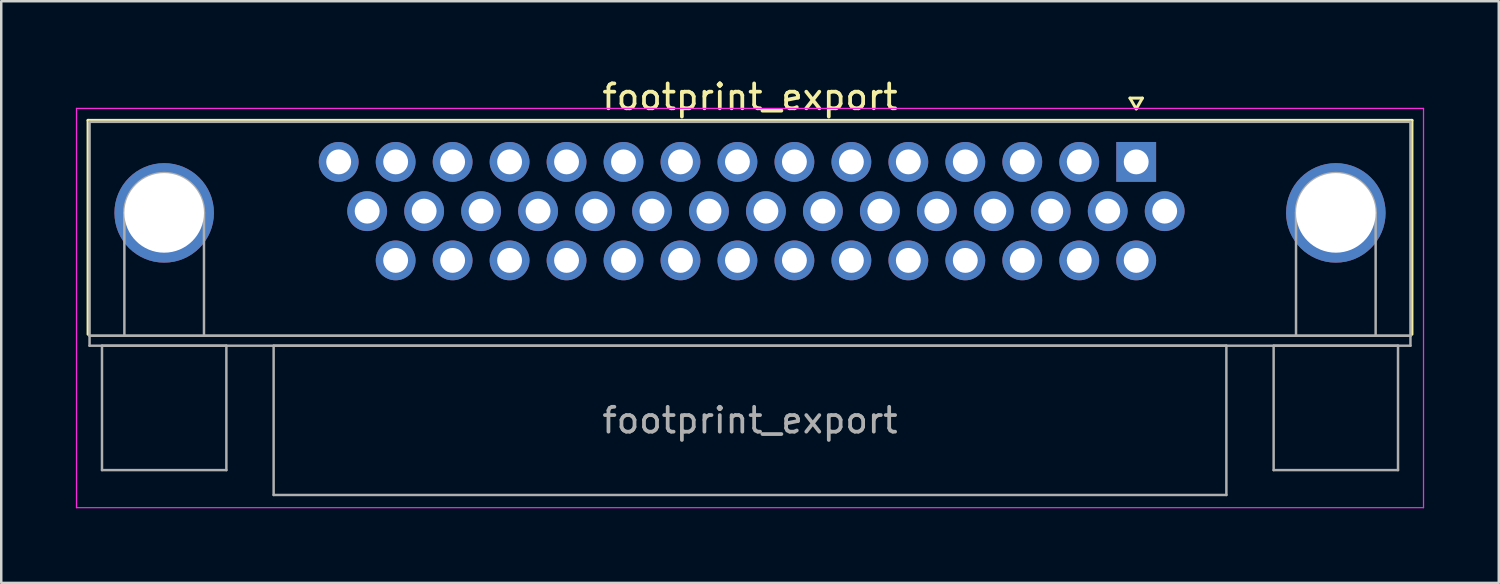
<source format=kicad_pcb>
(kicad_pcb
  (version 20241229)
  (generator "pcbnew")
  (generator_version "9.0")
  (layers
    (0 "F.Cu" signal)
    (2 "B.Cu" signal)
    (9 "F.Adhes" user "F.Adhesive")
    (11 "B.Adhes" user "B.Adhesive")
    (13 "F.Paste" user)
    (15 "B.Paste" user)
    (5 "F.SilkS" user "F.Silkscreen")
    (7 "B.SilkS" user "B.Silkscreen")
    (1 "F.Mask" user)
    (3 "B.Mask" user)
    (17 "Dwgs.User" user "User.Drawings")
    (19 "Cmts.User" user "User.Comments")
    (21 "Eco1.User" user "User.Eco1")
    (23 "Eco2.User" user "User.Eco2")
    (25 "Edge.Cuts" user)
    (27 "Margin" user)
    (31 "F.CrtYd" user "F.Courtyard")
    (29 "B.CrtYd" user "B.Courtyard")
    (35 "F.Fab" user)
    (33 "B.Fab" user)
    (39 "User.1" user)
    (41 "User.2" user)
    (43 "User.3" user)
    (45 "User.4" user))
  (footprint "footprint_export"
    (layer "F.Cu")
    (at 42.625 3.458)
    (property "Reference" "footprint_export" (at -15.525 -2.61 0) (layer "F.SilkS") (effects (font (size 1 1) (thickness 0.15))))
    (attr through_hole)
    (fp_line (start -42.135 -1.67) (end 11.085 -1.67) (stroke (width 0.12) (type solid)) (layer "F.SilkS"))
    (fp_line (start -42.135 6.93) (end -42.135 -1.67) (stroke (width 0.12) (type solid)) (layer "F.SilkS"))
    (fp_line (start -0.25 -2.564) (end 0.25 -2.564) (stroke (width 0.12) (type solid)) (layer "F.SilkS"))
    (fp_line (start 0 -2.131) (end -0.25 -2.564) (stroke (width 0.12) (type solid)) (layer "F.SilkS"))
    (fp_line (start 0.25 -2.564) (end 0 -2.131) (stroke (width 0.12) (type solid)) (layer "F.SilkS"))
    (fp_line (start 11.085 -1.67) (end 11.085 6.93) (stroke (width 0.12) (type solid)) (layer "F.SilkS"))
    (fp_line (start -42.6 -2.15) (end -42.6 13.9) (stroke (width 0.05) (type solid)) (layer "F.CrtYd"))
    (fp_line (start -42.6 13.9) (end 11.55 13.9) (stroke (width 0.05) (type solid)) (layer "F.CrtYd"))
    (fp_line (start 11.55 -2.15) (end -42.6 -2.15) (stroke (width 0.05) (type solid)) (layer "F.CrtYd"))
    (fp_line (start 11.55 13.9) (end 11.55 -2.15) (stroke (width 0.05) (type solid)) (layer "F.CrtYd"))
    (fp_line (start -42.075 -1.61) (end -42.075 6.99) (stroke (width 0.1) (type solid)) (layer "F.Fab"))
    (fp_line (start -42.075 6.99) (end -42.075 7.39) (stroke (width 0.1) (type solid)) (layer "F.Fab"))
    (fp_line (start -42.075 6.99) (end 11.025 6.99) (stroke (width 0.1) (type solid)) (layer "F.Fab"))
    (fp_line (start -42.075 7.39) (end 11.025 7.39) (stroke (width 0.1) (type solid)) (layer "F.Fab"))
    (fp_line (start -41.575 7.39) (end -41.575 12.39) (stroke (width 0.1) (type solid)) (layer "F.Fab"))
    (fp_line (start -41.575 12.39) (end -36.575 12.39) (stroke (width 0.1) (type solid)) (layer "F.Fab"))
    (fp_line (start -40.675 6.99) (end -40.675 2.05) (stroke (width 0.1) (type solid)) (layer "F.Fab"))
    (fp_line (start -37.475 6.99) (end -37.475 2.05) (stroke (width 0.1) (type solid)) (layer "F.Fab"))
    (fp_line (start -36.575 7.39) (end -41.575 7.39) (stroke (width 0.1) (type solid)) (layer "F.Fab"))
    (fp_line (start -36.575 12.39) (end -36.575 7.39) (stroke (width 0.1) (type solid)) (layer "F.Fab"))
    (fp_line (start -34.675 7.39) (end -34.675 13.39) (stroke (width 0.1) (type solid)) (layer "F.Fab"))
    (fp_line (start -34.675 13.39) (end 3.625 13.39) (stroke (width 0.1) (type solid)) (layer "F.Fab"))
    (fp_line (start 3.625 7.39) (end -34.675 7.39) (stroke (width 0.1) (type solid)) (layer "F.Fab"))
    (fp_line (start 3.625 13.39) (end 3.625 7.39) (stroke (width 0.1) (type solid)) (layer "F.Fab"))
    (fp_line (start 5.525 7.39) (end 5.525 12.39) (stroke (width 0.1) (type solid)) (layer "F.Fab"))
    (fp_line (start 5.525 12.39) (end 10.525 12.39) (stroke (width 0.1) (type solid)) (layer "F.Fab"))
    (fp_line (start 6.425 6.99) (end 6.425 2.05) (stroke (width 0.1) (type solid)) (layer "F.Fab"))
    (fp_line (start 9.625 6.99) (end 9.625 2.05) (stroke (width 0.1) (type solid)) (layer "F.Fab"))
    (fp_line (start 10.525 7.39) (end 5.525 7.39) (stroke (width 0.1) (type solid)) (layer "F.Fab"))
    (fp_line (start 10.525 12.39) (end 10.525 7.39) (stroke (width 0.1) (type solid)) (layer "F.Fab"))
    (fp_line (start 11.025 -1.61) (end -42.075 -1.61) (stroke (width 0.1) (type solid)) (layer "F.Fab"))
    (fp_line (start 11.025 6.99) (end -42.075 6.99) (stroke (width 0.1) (type solid)) (layer "F.Fab"))
    (fp_line (start 11.025 6.99) (end 11.025 -1.61) (stroke (width 0.1) (type solid)) (layer "F.Fab"))
    (fp_line (start 11.025 7.39) (end 11.025 6.99) (stroke (width 0.1) (type solid)) (layer "F.Fab"))
    (fp_arc (start -40.675 2.05) (mid -39.075 0.45) (end -37.475 2.05) (stroke (width 0.1) (type solid)) (layer "F.Fab"))
    (fp_arc (start 6.425 2.05) (mid 8.025 0.45) (end 9.625 2.05) (stroke (width 0.1) (type solid)) (layer "F.Fab"))
    (fp_text user "${REFERENCE}" (at -15.525 10.39 0) (layer "F.Fab") (effects (font (size 1 1) (thickness 0.15))))
    (pad "0" thru_hole circle (at -39.075 2.05) (size 4 4) (drill 3.2) (layers "*.Cu" "*.Mask"))
    (pad "0" thru_hole circle (at 8.025 2.05) (size 4 4) (drill 3.2) (layers "*.Cu" "*.Mask"))
    (pad "1" thru_hole rect (at 0 0) (size 1.6 1.6) (drill 1) (layers "*.Cu" "*.Mask"))
    (pad "2" thru_hole circle (at -2.29 0) (size 1.6 1.6) (drill 1) (layers "*.Cu" "*.Mask"))
    (pad "3" thru_hole circle (at -4.58 0) (size 1.6 1.6) (drill 1) (layers "*.Cu" "*.Mask"))
    (pad "4" thru_hole circle (at -6.87 0) (size 1.6 1.6) (drill 1) (layers "*.Cu" "*.Mask"))
    (pad "5" thru_hole circle (at -9.16 0) (size 1.6 1.6) (drill 1) (layers "*.Cu" "*.Mask"))
    (pad "6" thru_hole circle (at -11.45 0) (size 1.6 1.6) (drill 1) (layers "*.Cu" "*.Mask"))
    (pad "7" thru_hole circle (at -13.74 0) (size 1.6 1.6) (drill 1) (layers "*.Cu" "*.Mask"))
    (pad "8" thru_hole circle (at -16.03 0) (size 1.6 1.6) (drill 1) (layers "*.Cu" "*.Mask"))
    (pad "9" thru_hole circle (at -18.32 0) (size 1.6 1.6) (drill 1) (layers "*.Cu" "*.Mask"))
    (pad "10" thru_hole circle (at -20.61 0) (size 1.6 1.6) (drill 1) (layers "*.Cu" "*.Mask"))
    (pad "11" thru_hole circle (at -22.9 0) (size 1.6 1.6) (drill 1) (layers "*.Cu" "*.Mask"))
    (pad "12" thru_hole circle (at -25.19 0) (size 1.6 1.6) (drill 1) (layers "*.Cu" "*.Mask"))
    (pad "13" thru_hole circle (at -27.48 0) (size 1.6 1.6) (drill 1) (layers "*.Cu" "*.Mask"))
    (pad "14" thru_hole circle (at -29.77 0) (size 1.6 1.6) (drill 1) (layers "*.Cu" "*.Mask"))
    (pad "15" thru_hole circle (at -32.06 0) (size 1.6 1.6) (drill 1) (layers "*.Cu" "*.Mask"))
    (pad "16" thru_hole circle (at 1.145 1.98) (size 1.6 1.6) (drill 1) (layers "*.Cu" "*.Mask"))
    (pad "17" thru_hole circle (at -1.145 1.98) (size 1.6 1.6) (drill 1) (layers "*.Cu" "*.Mask"))
    (pad "18" thru_hole circle (at -3.435 1.98) (size 1.6 1.6) (drill 1) (layers "*.Cu" "*.Mask"))
    (pad "19" thru_hole circle (at -5.725 1.98) (size 1.6 1.6) (drill 1) (layers "*.Cu" "*.Mask"))
    (pad "20" thru_hole circle (at -8.015 1.98) (size 1.6 1.6) (drill 1) (layers "*.Cu" "*.Mask"))
    (pad "21" thru_hole circle (at -10.305 1.98) (size 1.6 1.6) (drill 1) (layers "*.Cu" "*.Mask"))
    (pad "22" thru_hole circle (at -12.595 1.98) (size 1.6 1.6) (drill 1) (layers "*.Cu" "*.Mask"))
    (pad "23" thru_hole circle (at -14.885 1.98) (size 1.6 1.6) (drill 1) (layers "*.Cu" "*.Mask"))
    (pad "24" thru_hole circle (at -17.175 1.98) (size 1.6 1.6) (drill 1) (layers "*.Cu" "*.Mask"))
    (pad "25" thru_hole circle (at -19.465 1.98) (size 1.6 1.6) (drill 1) (layers "*.Cu" "*.Mask"))
    (pad "26" thru_hole circle (at -21.755 1.98) (size 1.6 1.6) (drill 1) (layers "*.Cu" "*.Mask"))
    (pad "27" thru_hole circle (at -24.045 1.98) (size 1.6 1.6) (drill 1) (layers "*.Cu" "*.Mask"))
    (pad "28" thru_hole circle (at -26.335 1.98) (size 1.6 1.6) (drill 1) (layers "*.Cu" "*.Mask"))
    (pad "29" thru_hole circle (at -28.625 1.98) (size 1.6 1.6) (drill 1) (layers "*.Cu" "*.Mask"))
    (pad "30" thru_hole circle (at -30.915 1.98) (size 1.6 1.6) (drill 1) (layers "*.Cu" "*.Mask"))
    (pad "31" thru_hole circle (at 0 3.96) (size 1.6 1.6) (drill 1) (layers "*.Cu" "*.Mask"))
    (pad "32" thru_hole circle (at -2.29 3.96) (size 1.6 1.6) (drill 1) (layers "*.Cu" "*.Mask"))
    (pad "33" thru_hole circle (at -4.58 3.96) (size 1.6 1.6) (drill 1) (layers "*.Cu" "*.Mask"))
    (pad "34" thru_hole circle (at -6.87 3.96) (size 1.6 1.6) (drill 1) (layers "*.Cu" "*.Mask"))
    (pad "35" thru_hole circle (at -9.16 3.96) (size 1.6 1.6) (drill 1) (layers "*.Cu" "*.Mask"))
    (pad "36" thru_hole circle (at -11.45 3.96) (size 1.6 1.6) (drill 1) (layers "*.Cu" "*.Mask"))
    (pad "37" thru_hole circle (at -13.74 3.96) (size 1.6 1.6) (drill 1) (layers "*.Cu" "*.Mask"))
    (pad "38" thru_hole circle (at -16.03 3.96) (size 1.6 1.6) (drill 1) (layers "*.Cu" "*.Mask"))
    (pad "39" thru_hole circle (at -18.32 3.96) (size 1.6 1.6) (drill 1) (layers "*.Cu" "*.Mask"))
    (pad "40" thru_hole circle (at -20.61 3.96) (size 1.6 1.6) (drill 1) (layers "*.Cu" "*.Mask"))
    (pad "41" thru_hole circle (at -22.9 3.96) (size 1.6 1.6) (drill 1) (layers "*.Cu" "*.Mask"))
    (pad "42" thru_hole circle (at -25.19 3.96) (size 1.6 1.6) (drill 1) (layers "*.Cu" "*.Mask"))
    (pad "43" thru_hole circle (at -27.48 3.96) (size 1.6 1.6) (drill 1) (layers "*.Cu" "*.Mask"))
    (pad "44" thru_hole circle (at -29.77 3.96) (size 1.6 1.6) (drill 1) (layers "*.Cu" "*.Mask")))
  (gr_rect
    (start -3 -3)
    (end 57.2 20.383)
    (stroke (width 0.1) (type default))
    (fill no)
    (layer "Edge.Cuts")))
</source>
